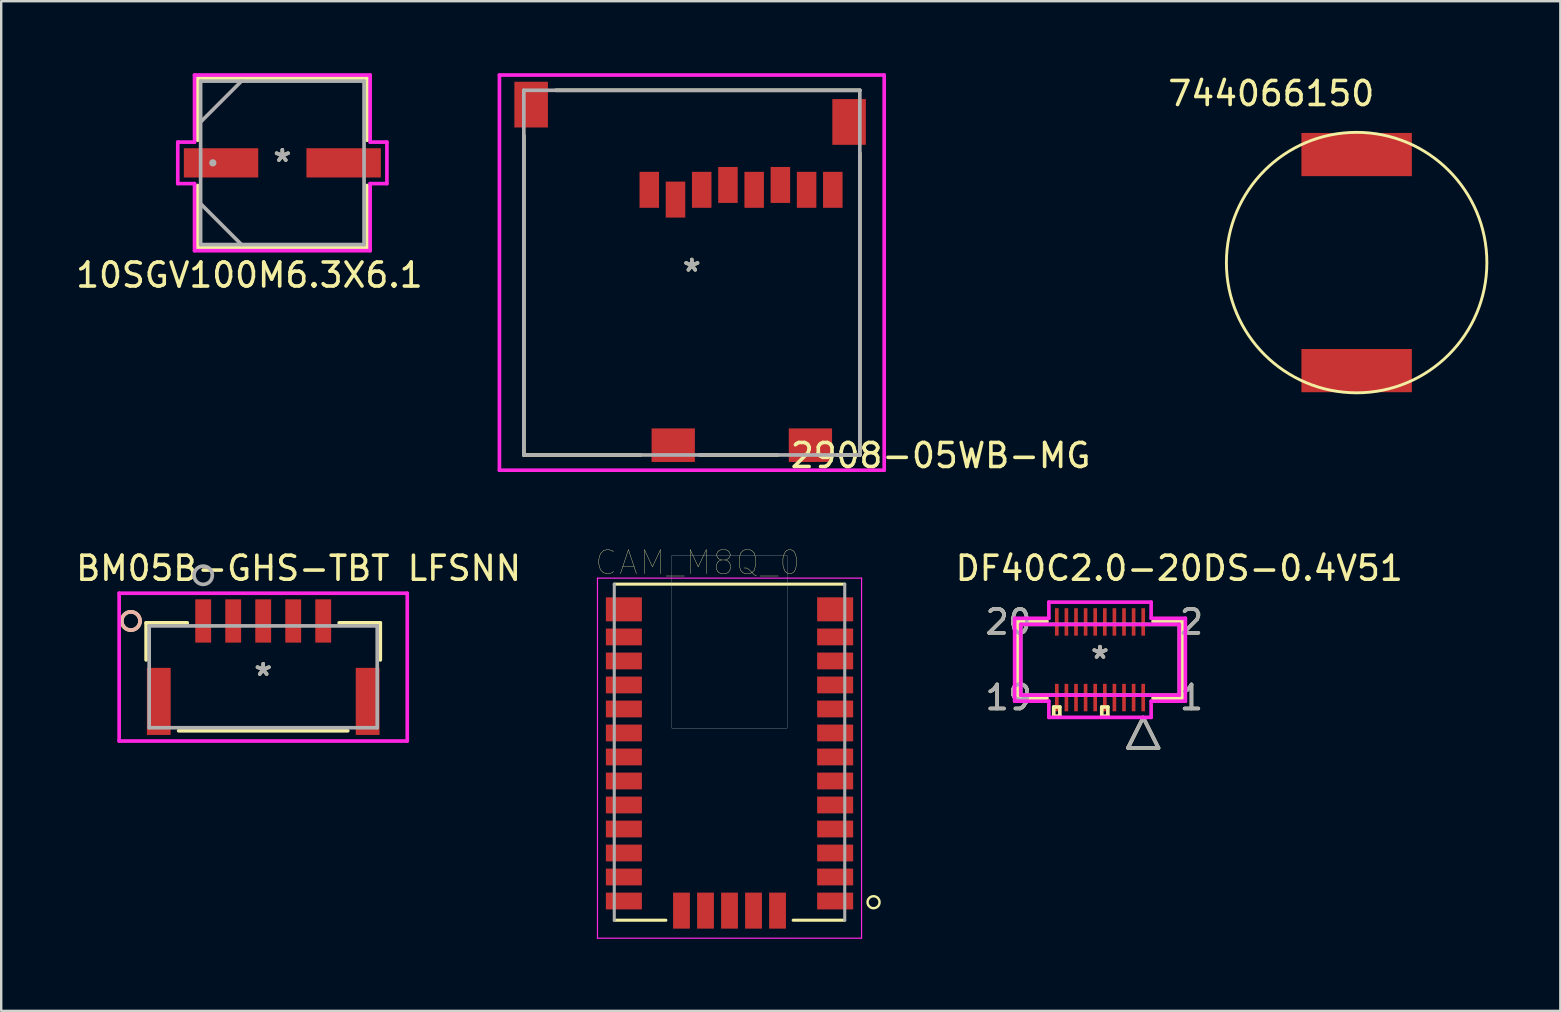
<source format=kicad_pcb>
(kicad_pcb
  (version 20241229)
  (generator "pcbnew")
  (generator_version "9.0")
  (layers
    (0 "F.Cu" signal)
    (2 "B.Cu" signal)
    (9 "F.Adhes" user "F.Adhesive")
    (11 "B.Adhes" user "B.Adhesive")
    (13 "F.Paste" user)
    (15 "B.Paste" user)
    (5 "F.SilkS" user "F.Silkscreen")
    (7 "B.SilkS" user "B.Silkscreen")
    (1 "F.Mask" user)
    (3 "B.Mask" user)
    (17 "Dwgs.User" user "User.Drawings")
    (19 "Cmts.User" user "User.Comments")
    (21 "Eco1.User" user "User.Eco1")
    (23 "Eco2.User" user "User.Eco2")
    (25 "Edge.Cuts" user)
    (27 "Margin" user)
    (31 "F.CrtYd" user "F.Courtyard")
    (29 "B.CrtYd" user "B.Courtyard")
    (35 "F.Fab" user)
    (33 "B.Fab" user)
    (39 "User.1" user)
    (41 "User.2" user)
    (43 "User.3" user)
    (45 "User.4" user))
  (footprint "10SGV100M6.3X6.1"
    (layer "F.Cu")
    (at 8.711 3.734)
    (property "Reference" "10SGV100M6.3X6.1" (at -1.372 4.674 0) (layer "F.SilkS") (effects (font (size 1 1) (thickness 0.15))))
    (attr through_hole)
    (fp_line (start -3.531 -3.531) (end -3.531 -0.942) (stroke (width 0.152) (type solid)) (layer "F.SilkS"))
    (fp_line (start -3.531 0.942) (end -3.531 3.531) (stroke (width 0.152) (type solid)) (layer "F.SilkS"))
    (fp_line (start -3.531 3.531) (end 3.531 3.531) (stroke (width 0.152) (type solid)) (layer "F.SilkS"))
    (fp_line (start 3.531 -3.531) (end -3.531 -3.531) (stroke (width 0.152) (type solid)) (layer "F.SilkS"))
    (fp_line (start 3.531 -0.942) (end 3.531 -3.531) (stroke (width 0.152) (type solid)) (layer "F.SilkS"))
    (fp_line (start 3.531 3.531) (end 3.531 0.942) (stroke (width 0.152) (type solid)) (layer "F.SilkS"))
    (fp_line (start -4.356 -0.864) (end -3.658 -0.864) (stroke (width 0.152) (type solid)) (layer "F.CrtYd"))
    (fp_line (start -4.356 0.864) (end -4.356 -0.864) (stroke (width 0.152) (type solid)) (layer "F.CrtYd"))
    (fp_line (start -3.658 -3.658) (end 3.658 -3.658) (stroke (width 0.152) (type solid)) (layer "F.CrtYd"))
    (fp_line (start -3.658 -0.864) (end -3.658 -3.658) (stroke (width 0.152) (type solid)) (layer "F.CrtYd"))
    (fp_line (start -3.658 0.864) (end -4.356 0.864) (stroke (width 0.152) (type solid)) (layer "F.CrtYd"))
    (fp_line (start -3.658 3.658) (end -3.658 0.864) (stroke (width 0.152) (type solid)) (layer "F.CrtYd"))
    (fp_line (start 3.658 -3.658) (end 3.658 -0.864) (stroke (width 0.152) (type solid)) (layer "F.CrtYd"))
    (fp_line (start 3.658 -0.864) (end 4.356 -0.864) (stroke (width 0.152) (type solid)) (layer "F.CrtYd"))
    (fp_line (start 3.658 0.864) (end 3.658 3.658) (stroke (width 0.152) (type solid)) (layer "F.CrtYd"))
    (fp_line (start 3.658 3.658) (end -3.658 3.658) (stroke (width 0.152) (type solid)) (layer "F.CrtYd"))
    (fp_line (start 4.356 -0.864) (end 4.356 0.864) (stroke (width 0.152) (type solid)) (layer "F.CrtYd"))
    (fp_line (start 4.356 0.864) (end 3.658 0.864) (stroke (width 0.152) (type solid)) (layer "F.CrtYd"))
    (fp_line (start -3.404 -3.404) (end -3.404 3.404) (stroke (width 0.152) (type solid)) (layer "F.Fab"))
    (fp_line (start -3.404 -1.702) (end -1.702 -3.404) (stroke (width 0.152) (type solid)) (layer "F.Fab"))
    (fp_line (start -3.404 1.702) (end -1.702 3.404) (stroke (width 0.152) (type solid)) (layer "F.Fab"))
    (fp_line (start -3.404 3.404) (end 3.404 3.404) (stroke (width 0.152) (type solid)) (layer "F.Fab"))
    (fp_line (start 3.404 -3.404) (end -3.404 -3.404) (stroke (width 0.152) (type solid)) (layer "F.Fab"))
    (fp_line (start 3.404 3.404) (end 3.404 -3.404) (stroke (width 0.152) (type solid)) (layer "F.Fab"))
    (fp_circle (center -2.896 0) (end -2.896 0) (stroke (width 0.152) (type solid)) (fill no) (layer "F.Fab"))
    (fp_text user "*" (at 0 0 0) (layer "F.SilkS") (effects (font (size 1 1) (thickness 0.15))))
    (fp_text user "Copyright 2016 Accelerated Designs. All rights reserved." (at 0 0 0) (layer "Cmts.User") (effects (font (size 0.127 0.127) (thickness 0.002))))
    (fp_text user "*" (at 0 0 0) (layer "F.Fab") (effects (font (size 1 1) (thickness 0.15))))
    (pad "1" smd rect (at -2.553 0) (size 3.099 1.219) (layers "F.Cu" "F.Mask" "F.Paste"))
    (pad "2" smd rect (at 2.553 0) (size 3.099 1.219) (layers "F.Cu" "F.Mask" "F.Paste")))
  (footprint "CAM_M8Q_0"
    (layer "F.Cu")
    (at 27.338 28.282)
    (property "Reference" "CAM_M8Q_0" (at -1.327 -7.896 0) (layer "F.SilkS") (effects (font (size 1.001 1.001) (thickness 0.015))))
    (attr through_hole)
    (fp_line (start -4.8 -7) (end 4.8 -7) (stroke (width 0.127) (type solid)) (layer "F.SilkS"))
    (fp_line (start -2.65 7) (end -4.8 7) (stroke (width 0.127) (type solid)) (layer "F.SilkS"))
    (fp_line (start 4.8 7) (end 2.65 7) (stroke (width 0.127) (type solid)) (layer "F.SilkS"))
    (fp_circle (center 6 6.25) (end 6.25 6.25) (stroke (width 0.1) (type solid)) (fill no) (layer "F.SilkS"))
    (fp_poly (pts (xy -2.403 -8.2) (xy 2.4 -8.2) (xy 2.4 -1.001) (xy -2.403 -1.001)) (stroke (width 0.01) (type solid)) (fill no) (layer "Dwgs.User"))
    (fp_line (start -5.5 -7.25) (end 5.5 -7.25) (stroke (width 0.05) (type solid)) (layer "F.CrtYd"))
    (fp_line (start -5.5 7.75) (end -5.5 -7.25) (stroke (width 0.05) (type solid)) (layer "F.CrtYd"))
    (fp_line (start 5.5 -7.25) (end 5.5 7.75) (stroke (width 0.05) (type solid)) (layer "F.CrtYd"))
    (fp_line (start 5.5 7.75) (end -5.5 7.75) (stroke (width 0.05) (type solid)) (layer "F.CrtYd"))
    (fp_line (start -4.8 7) (end -4.8 -7) (stroke (width 0.127) (type solid)) (layer "F.Fab"))
    (fp_line (start 4.8 -7) (end 4.8 7) (stroke (width 0.127) (type solid)) (layer "F.Fab"))
    (pad "1" smd rect (at 4.4 6.2) (size 1.5 0.7) (layers "F.Cu" "F.Mask" "F.Paste"))
    (pad "2" smd rect (at 4.4 5.2) (size 1.5 0.7) (layers "F.Cu" "F.Mask" "F.Paste"))
    (pad "3" smd rect (at 4.4 4.2) (size 1.5 0.7) (layers "F.Cu" "F.Mask" "F.Paste"))
    (pad "4" smd rect (at 4.4 3.2) (size 1.5 0.7) (layers "F.Cu" "F.Mask" "F.Paste"))
    (pad "5" smd rect (at 4.4 2.2) (size 1.5 0.7) (layers "F.Cu" "F.Mask" "F.Paste"))
    (pad "6" smd rect (at 4.4 1.2) (size 1.5 0.7) (layers "F.Cu" "F.Mask" "F.Paste"))
    (pad "7" smd rect (at 4.4 0.2) (size 1.5 0.7) (layers "F.Cu" "F.Mask" "F.Paste"))
    (pad "8" smd rect (at 4.4 -0.8) (size 1.5 0.7) (layers "F.Cu" "F.Mask" "F.Paste"))
    (pad "9" smd rect (at 4.4 -1.8) (size 1.5 0.7) (layers "F.Cu" "F.Mask" "F.Paste"))
    (pad "10" smd rect (at 4.4 -2.8) (size 1.5 0.7) (layers "F.Cu" "F.Mask" "F.Paste"))
    (pad "11" smd rect (at 4.4 -3.8) (size 1.5 0.7) (layers "F.Cu" "F.Mask" "F.Paste"))
    (pad "12" smd rect (at 4.4 -4.8) (size 1.5 0.7) (layers "F.Cu" "F.Mask" "F.Paste"))
    (pad "13" smd rect (at 4.4 -5.95) (size 1.5 1) (layers "F.Cu" "F.Mask" "F.Paste"))
    (pad "14" smd rect (at -4.4 -5.95) (size 1.5 1) (layers "F.Cu" "F.Mask" "F.Paste"))
    (pad "15" smd rect (at -4.4 -4.8) (size 1.5 0.7) (layers "F.Cu" "F.Mask" "F.Paste"))
    (pad "16" smd rect (at -4.4 -3.8) (size 1.5 0.7) (layers "F.Cu" "F.Mask" "F.Paste"))
    (pad "17" smd rect (at -4.4 -2.8) (size 1.5 0.7) (layers "F.Cu" "F.Mask" "F.Paste"))
    (pad "18" smd rect (at -4.4 -1.8) (size 1.5 0.7) (layers "F.Cu" "F.Mask" "F.Paste"))
    (pad "19" smd rect (at -4.4 -0.8) (size 1.5 0.7) (layers "F.Cu" "F.Mask" "F.Paste"))
    (pad "20" smd rect (at -4.4 0.2) (size 1.5 0.7) (layers "F.Cu" "F.Mask" "F.Paste"))
    (pad "21" smd rect (at -4.4 1.2) (size 1.5 0.7) (layers "F.Cu" "F.Mask" "F.Paste"))
    (pad "22" smd rect (at -4.4 2.2) (size 1.5 0.7) (layers "F.Cu" "F.Mask" "F.Paste"))
    (pad "23" smd rect (at -4.4 3.2) (size 1.5 0.7) (layers "F.Cu" "F.Mask" "F.Paste"))
    (pad "24" smd rect (at -4.4 4.2) (size 1.5 0.7) (layers "F.Cu" "F.Mask" "F.Paste"))
    (pad "25" smd rect (at -4.4 5.2) (size 1.5 0.7) (layers "F.Cu" "F.Mask" "F.Paste"))
    (pad "26" smd rect (at -4.4 6.2) (size 1.5 0.7) (layers "F.Cu" "F.Mask" "F.Paste"))
    (pad "27" smd rect (at -2 6.6) (size 0.7 1.5) (layers "F.Cu" "F.Mask" "F.Paste"))
    (pad "28" smd rect (at -1 6.6) (size 0.7 1.5) (layers "F.Cu" "F.Mask" "F.Paste"))
    (pad "29" smd rect (at 0 6.6) (size 0.7 1.5) (layers "F.Cu" "F.Mask" "F.Paste"))
    (pad "30" smd rect (at 1 6.6) (size 0.7 1.5) (layers "F.Cu" "F.Mask" "F.Paste"))
    (pad "31" smd rect (at 2 6.6) (size 0.7 1.5) (layers "F.Cu" "F.Mask" "F.Paste")))
  (footprint "744066150"
    (layer "F.Cu")
    (at 53.461 3.388)
    (property "Reference" "744066150" (at -3.556 -2.54 0) (layer "F.SilkS") (effects (font (size 1 1) (thickness 0.15))))
    (attr through_hole)
    (fp_circle (center 0 4.5) (end 5.425 4.5) (stroke (width 0.12) (type solid)) (fill no) (layer "F.SilkS"))
    (pad "1" smd rect (at 0 0) (size 4.6 1.8) (layers "F.Cu" "F.Mask" "F.Paste"))
    (pad "2" smd rect (at 0 9) (size 4.6 1.8) (layers "F.Cu" "F.Mask" "F.Paste")))
  (footprint "2908-05WB-MG"
    (layer "F.Cu")
    (at 25.768 8.306)
    (property "Reference" "2908-05WB-MG" (at 10.363 7.62 0) (layer "F.SilkS") (effects (font (size 1 1) (thickness 0.15))))
    (attr through_hole)
    (fp_line (start -6.998 -5.712) (end -6.998 7.595) (stroke (width 0.152) (type solid)) (layer "F.SilkS"))
    (fp_line (start -6.998 7.595) (end -2.136 7.595) (stroke (width 0.152) (type solid)) (layer "F.SilkS"))
    (fp_line (start 0.333 7.595) (end 3.579 7.595) (stroke (width 0.152) (type solid)) (layer "F.SilkS"))
    (fp_line (start 6.048 7.595) (end 6.998 7.595) (stroke (width 0.152) (type solid)) (layer "F.SilkS"))
    (fp_line (start 6.998 -7.595) (end -5.662 -7.595) (stroke (width 0.152) (type solid)) (layer "F.SilkS"))
    (fp_line (start 6.998 7.595) (end 6.998 -4.976) (stroke (width 0.152) (type solid)) (layer "F.SilkS"))
    (fp_line (start -8.014 -8.23) (end -8.014 8.23) (stroke (width 0.152) (type solid)) (layer "F.CrtYd"))
    (fp_line (start -8.014 8.23) (end 8.014 8.23) (stroke (width 0.152) (type solid)) (layer "F.CrtYd"))
    (fp_line (start 8.014 -8.23) (end -8.014 -8.23) (stroke (width 0.152) (type solid)) (layer "F.CrtYd"))
    (fp_line (start 8.014 8.23) (end 8.014 -8.23) (stroke (width 0.152) (type solid)) (layer "F.CrtYd"))
    (fp_line (start -6.998 -7.595) (end -6.998 7.595) (stroke (width 0.152) (type solid)) (layer "F.Fab"))
    (fp_line (start -6.998 7.595) (end 6.998 7.595) (stroke (width 0.152) (type solid)) (layer "F.Fab"))
    (fp_line (start 6.998 -7.595) (end -6.998 -7.595) (stroke (width 0.152) (type solid)) (layer "F.Fab"))
    (fp_line (start 6.998 7.595) (end 6.998 -7.595) (stroke (width 0.152) (type solid)) (layer "F.Fab"))
    (fp_text user "*" (at 0 0 0) (layer "F.SilkS") (effects (font (size 1 1) (thickness 0.15))))
    (fp_text user "Copyright 2016 Accelerated Designs. All rights reserved." (at 0 0 0) (layer "Cmts.User") (effects (font (size 0.127 0.127) (thickness 0.002))))
    (fp_text user "*" (at 0 0 0) (layer "F.Fab") (effects (font (size 1 1) (thickness 0.15))))
    (pad "1" smd rect (at -1.772 -3.449) (size 0.813 1.499) (layers "F.Cu" "F.Mask" "F.Paste"))
    (pad "2" smd rect (at -0.68 -3.042) (size 0.813 1.499) (layers "F.Cu" "F.Mask" "F.Paste"))
    (pad "3" smd rect (at 0.412 -3.449) (size 0.813 1.499) (layers "F.Cu" "F.Mask" "F.Paste"))
    (pad "4" smd rect (at 1.505 -3.652) (size 0.813 1.499) (layers "F.Cu" "F.Mask" "F.Paste"))
    (pad "5" smd rect (at 2.597 -3.449) (size 0.813 1.499) (layers "F.Cu" "F.Mask" "F.Paste"))
    (pad "6" smd rect (at 3.689 -3.652) (size 0.813 1.499) (layers "F.Cu" "F.Mask" "F.Paste"))
    (pad "7" smd rect (at 4.781 -3.449) (size 0.813 1.499) (layers "F.Cu" "F.Mask" "F.Paste"))
    (pad "8" smd rect (at 5.873 -3.449) (size 0.813 1.499) (layers "F.Cu" "F.Mask" "F.Paste"))
    (pad "9" smd rect (at -6.693 -6.998) (size 1.397 1.905) (layers "F.Cu" "F.Mask" "F.Paste"))
    (pad "10" smd rect (at 6.551 -6.276) (size 1.397 1.905) (layers "F.Cu" "F.Mask" "F.Paste"))
    (pad "11" smd rect (at -0.775 7.188) (size 1.803 1.397) (layers "F.Cu" "F.Mask" "F.Paste"))
    (pad "12" smd rect (at 4.94 7.188) (size 1.803 1.397) (layers "F.Cu" "F.Mask" "F.Paste")))
  (footprint "BM05B-GHS-TBT LFSNN"
    (layer "F.Cu")
    (at 7.914 25.143)
    (property "Reference" "BM05B-GHS-TBT LFSNN" (at 1.473 -4.521 0) (layer "F.SilkS") (effects (font (size 1 1) (thickness 0.15))))
    (attr through_hole)
    (fp_line (start -4.877 -2.248) (end -4.877 -0.704) (stroke (width 0.152) (type solid)) (layer "F.SilkS"))
    (fp_line (start -3.522 2.248) (end 3.522 2.248) (stroke (width 0.152) (type solid)) (layer "F.SilkS"))
    (fp_line (start -3.163 -2.248) (end -4.877 -2.248) (stroke (width 0.152) (type solid)) (layer "F.SilkS"))
    (fp_line (start 4.877 -2.248) (end 3.163 -2.248) (stroke (width 0.152) (type solid)) (layer "F.SilkS"))
    (fp_line (start 4.877 -0.704) (end 4.877 -2.248) (stroke (width 0.152) (type solid)) (layer "F.SilkS"))
    (fp_circle (center -5.512 -2.326) (end -5.131 -2.326) (stroke (width 0.152) (type solid)) (fill no) (layer "F.SilkS"))
    (fp_circle (center -5.512 -2.326) (end -5.131 -2.326) (stroke (width 0.152) (type solid)) (fill no) (layer "B.SilkS"))
    (fp_line (start -6.001 -3.482) (end -6.001 2.675) (stroke (width 0.152) (type solid)) (layer "F.CrtYd"))
    (fp_line (start -6.001 2.675) (end 6.001 2.675) (stroke (width 0.152) (type solid)) (layer "F.CrtYd"))
    (fp_line (start 6.001 -3.482) (end -6.001 -3.482) (stroke (width 0.152) (type solid)) (layer "F.CrtYd"))
    (fp_line (start 6.001 2.675) (end 6.001 -3.482) (stroke (width 0.152) (type solid)) (layer "F.CrtYd"))
    (fp_line (start -4.75 -2.121) (end -4.75 2.121) (stroke (width 0.152) (type solid)) (layer "F.Fab"))
    (fp_line (start -4.75 2.121) (end 4.75 2.121) (stroke (width 0.152) (type solid)) (layer "F.Fab"))
    (fp_line (start 4.75 -2.121) (end -4.75 -2.121) (stroke (width 0.152) (type solid)) (layer "F.Fab"))
    (fp_line (start 4.75 2.121) (end 4.75 -2.121) (stroke (width 0.152) (type solid)) (layer "F.Fab"))
    (fp_circle (center -2.5 -4.231) (end -2.119 -4.231) (stroke (width 0.152) (type solid)) (fill no) (layer "F.Fab"))
    (fp_text user "*" (at 0 0 0) (layer "F.SilkS") (effects (font (size 1 1) (thickness 0.15))))
    (fp_text user "*" (at 0 0 0) (layer "F.Fab") (effects (font (size 1 1) (thickness 0.15))))
    (pad "1" smd rect (at -2.5 -2.326) (size 0.66 1.803) (layers "F.Cu" "F.Mask" "F.Paste"))
    (pad "2" smd rect (at -1.25 -2.326) (size 0.66 1.803) (layers "F.Cu" "F.Mask" "F.Paste"))
    (pad "3" smd rect (at 0 -2.326) (size 0.66 1.803) (layers "F.Cu" "F.Mask" "F.Paste"))
    (pad "4" smd rect (at 1.25 -2.326) (size 0.66 1.803) (layers "F.Cu" "F.Mask" "F.Paste"))
    (pad "5" smd rect (at 2.5 -2.326) (size 0.66 1.803) (layers "F.Cu" "F.Mask" "F.Paste"))
    (pad "6" smd rect (at -4.35 1.024 90) (size 2.794 0.991) (layers "F.Cu" "F.Mask" "F.Paste"))
    (pad "7" smd rect (at 4.35 1.024 90) (size 2.794 0.991) (layers "F.Cu" "F.Mask" "F.Paste")))
  (footprint "DF40C2.0-20DS-0.4V51"
    (layer "F.Cu")
    (at 42.771 24.432)
    (property "Reference" "DF40C2.0-20DS-0.4V51" (at 3.302 -3.81 0) (layer "F.SilkS") (effects (font (size 1 1) (thickness 0.15))))
    (attr through_hole)
    (fp_line (start -3.429 -1.6) (end -3.429 1.6) (stroke (width 0.152) (type solid)) (layer "F.SilkS"))
    (fp_line (start -3.429 1.6) (end -2.209 1.6) (stroke (width 0.152) (type solid)) (layer "F.SilkS"))
    (fp_line (start -2.209 -1.6) (end -3.429 -1.6) (stroke (width 0.152) (type solid)) (layer "F.SilkS"))
    (fp_line (start -1.927 1.968) (end -1.927 2.349) (stroke (width 0.152) (type solid)) (layer "F.SilkS"))
    (fp_line (start -1.927 2.349) (end -1.673 2.349) (stroke (width 0.152) (type solid)) (layer "F.SilkS"))
    (fp_line (start -1.673 1.968) (end -1.927 1.968) (stroke (width 0.152) (type solid)) (layer "F.SilkS"))
    (fp_line (start -1.673 2.349) (end -1.673 1.968) (stroke (width 0.152) (type solid)) (layer "F.SilkS"))
    (fp_line (start 0.073 1.968) (end 0.073 2.349) (stroke (width 0.152) (type solid)) (layer "F.SilkS"))
    (fp_line (start 0.073 2.349) (end 0.327 2.349) (stroke (width 0.152) (type solid)) (layer "F.SilkS"))
    (fp_line (start 0.327 1.968) (end 0.073 1.968) (stroke (width 0.152) (type solid)) (layer "F.SilkS"))
    (fp_line (start 0.327 2.349) (end 0.327 1.968) (stroke (width 0.152) (type solid)) (layer "F.SilkS"))
    (fp_line (start 1.165 3.673) (end 2.435 3.673) (stroke (width 0.152) (type solid)) (layer "F.SilkS"))
    (fp_line (start 1.762 2.479) (end 1.165 3.673) (stroke (width 0.152) (type solid)) (layer "F.SilkS"))
    (fp_line (start 2.209 1.6) (end 3.429 1.6) (stroke (width 0.152) (type solid)) (layer "F.SilkS"))
    (fp_line (start 2.435 3.673) (end 1.838 2.479) (stroke (width 0.152) (type solid)) (layer "F.SilkS"))
    (fp_line (start 3.429 -1.6) (end 2.209 -1.6) (stroke (width 0.152) (type solid)) (layer "F.SilkS"))
    (fp_line (start 3.429 1.6) (end 3.429 -1.6) (stroke (width 0.152) (type solid)) (layer "F.SilkS"))
    (fp_line (start -3.556 -1.727) (end -2.13 -1.727) (stroke (width 0.152) (type solid)) (layer "F.CrtYd"))
    (fp_line (start -3.556 1.727) (end -3.556 -1.727) (stroke (width 0.152) (type solid)) (layer "F.CrtYd"))
    (fp_line (start -3.302 -1.473) (end 3.302 -1.473) (stroke (width 0.152) (type solid)) (layer "F.CrtYd"))
    (fp_line (start -3.302 1.473) (end -3.302 -1.473) (stroke (width 0.152) (type solid)) (layer "F.CrtYd"))
    (fp_line (start -2.13 -2.4) (end 2.13 -2.4) (stroke (width 0.152) (type solid)) (layer "F.CrtYd"))
    (fp_line (start -2.13 -1.727) (end -2.13 -2.4) (stroke (width 0.152) (type solid)) (layer "F.CrtYd"))
    (fp_line (start -2.13 1.727) (end -3.556 1.727) (stroke (width 0.152) (type solid)) (layer "F.CrtYd"))
    (fp_line (start -2.13 2.4) (end -2.13 1.727) (stroke (width 0.152) (type solid)) (layer "F.CrtYd"))
    (fp_line (start 2.13 -2.4) (end 2.13 -1.727) (stroke (width 0.152) (type solid)) (layer "F.CrtYd"))
    (fp_line (start 2.13 -1.727) (end 3.556 -1.727) (stroke (width 0.152) (type solid)) (layer "F.CrtYd"))
    (fp_line (start 2.13 1.727) (end 2.13 2.4) (stroke (width 0.152) (type solid)) (layer "F.CrtYd"))
    (fp_line (start 2.13 2.4) (end -2.13 2.4) (stroke (width 0.152) (type solid)) (layer "F.CrtYd"))
    (fp_line (start 3.302 -1.473) (end 3.302 1.473) (stroke (width 0.152) (type solid)) (layer "F.CrtYd"))
    (fp_line (start 3.302 1.473) (end -3.302 1.473) (stroke (width 0.152) (type solid)) (layer "F.CrtYd"))
    (fp_line (start 3.556 -1.727) (end 3.556 1.727) (stroke (width 0.152) (type solid)) (layer "F.CrtYd"))
    (fp_line (start 3.556 1.727) (end 2.13 1.727) (stroke (width 0.152) (type solid)) (layer "F.CrtYd"))
    (fp_line (start -3.302 -1.473) (end -3.302 1.473) (stroke (width 0.152) (type solid)) (layer "F.Fab"))
    (fp_line (start -3.302 1.473) (end 3.302 1.473) (stroke (width 0.152) (type solid)) (layer "F.Fab"))
    (fp_line (start 1.165 3.673) (end 2.435 3.673) (stroke (width 0.152) (type solid)) (layer "F.Fab"))
    (fp_line (start 1.8 2.403) (end 1.165 3.673) (stroke (width 0.152) (type solid)) (layer "F.Fab"))
    (fp_line (start 2.435 3.673) (end 1.8 2.403) (stroke (width 0.152) (type solid)) (layer "F.Fab"))
    (fp_line (start 3.302 -1.473) (end -3.302 -1.473) (stroke (width 0.152) (type solid)) (layer "F.Fab"))
    (fp_line (start 3.302 1.473) (end 3.302 -1.473) (stroke (width 0.152) (type solid)) (layer "F.Fab"))
    (fp_text user "*" (at 0 0 0) (layer "F.SilkS") (effects (font (size 1 1) (thickness 0.15))))
    (fp_text user "2" (at 3.81 -1.575 0) (layer "F.SilkS") (effects (font (size 1 1) (thickness 0.15))))
    (fp_text user "19" (at -3.81 1.575 0) (layer "F.SilkS") (effects (font (size 1 1) (thickness 0.15))))
    (fp_text user "20" (at -3.81 -1.575 0) (layer "F.SilkS") (effects (font (size 1 1) (thickness 0.15))))
    (fp_text user "1" (at 3.81 1.575 0) (layer "F.SilkS") (effects (font (size 1 1) (thickness 0.15))))
    (fp_text user "20" (at -3.81 -1.575 0) (layer "F.Fab") (effects (font (size 1 1) (thickness 0.15))))
    (fp_text user "1" (at 3.81 1.575 0) (layer "F.Fab") (effects (font (size 1 1) (thickness 0.15))))
    (fp_text user "2" (at 3.81 -1.575 0) (layer "F.Fab") (effects (font (size 1 1) (thickness 0.15))))
    (fp_text user "*" (at 0 0 0) (layer "F.Fab") (effects (font (size 1 1) (thickness 0.15))))
    (fp_text user "19" (at -3.81 1.575 0) (layer "F.Fab") (effects (font (size 1 1) (thickness 0.15))))
    (pad "1" smd rect (at 1.8 1.575) (size 0.152 1.143) (layers "F.Cu" "F.Mask" "F.Paste"))
    (pad "2" smd rect (at 1.8 -1.575) (size 0.152 1.143) (layers "F.Cu" "F.Mask" "F.Paste"))
    (pad "3" smd rect (at 1.4 1.575) (size 0.152 1.143) (layers "F.Cu" "F.Mask" "F.Paste"))
    (pad "4" smd rect (at 1.4 -1.575) (size 0.152 1.143) (layers "F.Cu" "F.Mask" "F.Paste"))
    (pad "5" smd rect (at 1 1.575) (size 0.152 1.143) (layers "F.Cu" "F.Mask" "F.Paste"))
    (pad "6" smd rect (at 1 -1.575) (size 0.152 1.143) (layers "F.Cu" "F.Mask" "F.Paste"))
    (pad "7" smd rect (at 0.6 1.575) (size 0.152 1.143) (layers "F.Cu" "F.Mask" "F.Paste"))
    (pad "8" smd rect (at 0.6 -1.575) (size 0.152 1.143) (layers "F.Cu" "F.Mask" "F.Paste"))
    (pad "9" smd rect (at 0.2 1.575) (size 0.152 1.143) (layers "F.Cu" "F.Mask" "F.Paste"))
    (pad "10" smd rect (at 0.2 -1.575) (size 0.152 1.143) (layers "F.Cu" "F.Mask" "F.Paste"))
    (pad "11" smd rect (at -0.2 1.575) (size 0.152 1.143) (layers "F.Cu" "F.Mask" "F.Paste"))
    (pad "12" smd rect (at -0.2 -1.575) (size 0.152 1.143) (layers "F.Cu" "F.Mask" "F.Paste"))
    (pad "13" smd rect (at -0.6 1.575) (size 0.152 1.143) (layers "F.Cu" "F.Mask" "F.Paste"))
    (pad "14" smd rect (at -0.6 -1.575) (size 0.152 1.143) (layers "F.Cu" "F.Mask" "F.Paste"))
    (pad "15" smd rect (at -1 1.575) (size 0.152 1.143) (layers "F.Cu" "F.Mask" "F.Paste"))
    (pad "16" smd rect (at -1 -1.575) (size 0.152 1.143) (layers "F.Cu" "F.Mask" "F.Paste"))
    (pad "17" smd rect (at -1.4 1.575) (size 0.152 1.143) (layers "F.Cu" "F.Mask" "F.Paste"))
    (pad "18" smd rect (at -1.4 -1.575) (size 0.152 1.143) (layers "F.Cu" "F.Mask" "F.Paste"))
    (pad "19" smd rect (at -1.8 1.575) (size 0.152 1.143) (layers "F.Cu" "F.Mask" "F.Paste"))
    (pad "20" smd rect (at -1.8 -1.575) (size 0.152 1.143) (layers "F.Cu" "F.Mask" "F.Paste")))
  (gr_rect
    (start -3 -3)
    (end 61.946 39.057)
    (stroke (width 0.1) (type default))
    (fill no)
    (layer "Edge.Cuts")))
</source>
